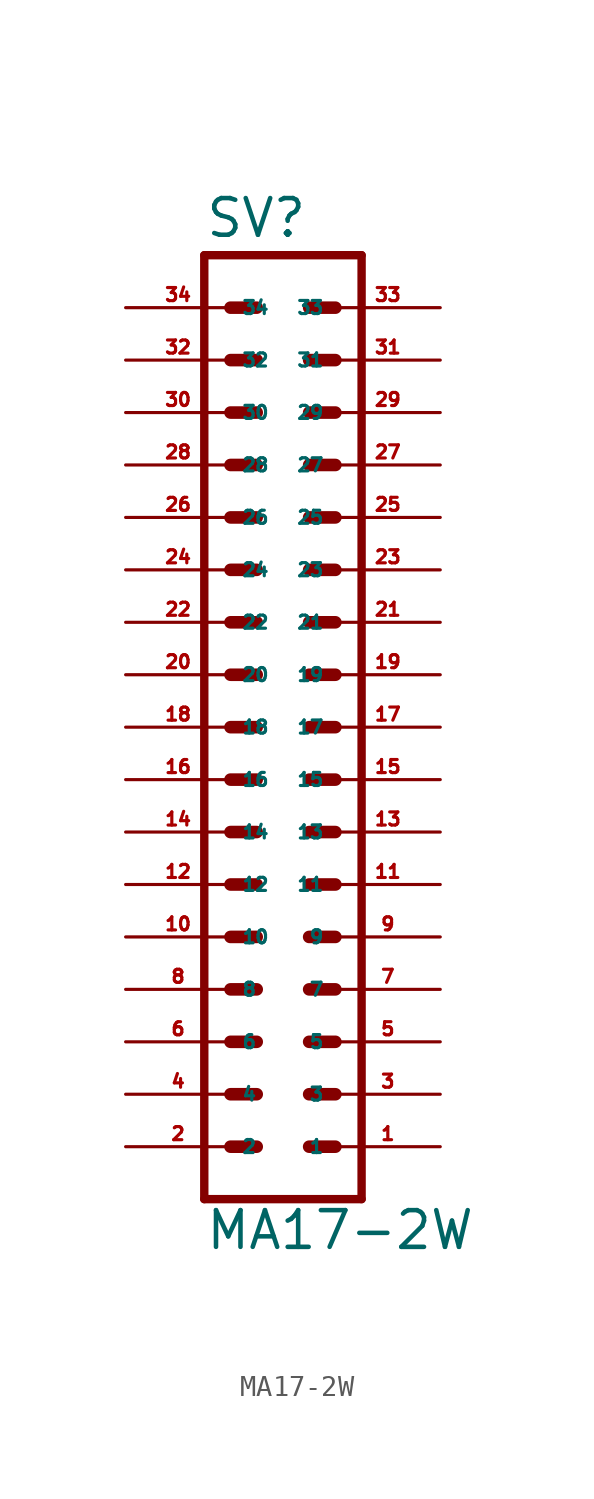
<source format=kicad_sym>
(kicad_symbol_lib
  (version 20220914)
  (generator Eagle2Kicad)
  (symbol "MA17-2W"
    (property "Reference" "SV"
      (at -3.81 23.622 0)
      (effects (font (size 1.778 1.778) (thickness 0.22)) (justify left bottom)))
    (property "Value" "MA17-2W"
      (at -3.81 -25.4 0)
      (effects (font (size 1.778 1.778) (thickness 0.22)) (justify left bottom)))
    (polyline
      (pts (xy 3.81 -22.86) (xy -3.81 -22.86))
      (stroke (width 0.406) (type default))
      (fill (type none)))
    (polyline
      (pts (xy 1.27 -15.24) (xy 2.54 -15.24))
      (stroke (width 0.61) (type default))
      (fill (type none)))
    (polyline
      (pts (xy 1.27 -17.78) (xy 2.54 -17.78))
      (stroke (width 0.61) (type default))
      (fill (type none)))
    (polyline
      (pts (xy 1.27 -20.32) (xy 2.54 -20.32))
      (stroke (width 0.61) (type default))
      (fill (type none)))
    (polyline
      (pts (xy -2.54 -15.24) (xy -1.27 -15.24))
      (stroke (width 0.61) (type default))
      (fill (type none)))
    (polyline
      (pts (xy -2.54 -17.78) (xy -1.27 -17.78))
      (stroke (width 0.61) (type default))
      (fill (type none)))
    (polyline
      (pts (xy -2.54 -20.32) (xy -1.27 -20.32))
      (stroke (width 0.61) (type default))
      (fill (type none)))
    (polyline
      (pts (xy 1.27 -10.16) (xy 2.54 -10.16))
      (stroke (width 0.61) (type default))
      (fill (type none)))
    (polyline
      (pts (xy 1.27 -12.7) (xy 2.54 -12.7))
      (stroke (width 0.61) (type default))
      (fill (type none)))
    (polyline
      (pts (xy -2.54 -10.16) (xy -1.27 -10.16))
      (stroke (width 0.61) (type default))
      (fill (type none)))
    (polyline
      (pts (xy -2.54 -12.7) (xy -1.27 -12.7))
      (stroke (width 0.61) (type default))
      (fill (type none)))
    (polyline
      (pts (xy 1.27 -2.54) (xy 2.54 -2.54))
      (stroke (width 0.61) (type default))
      (fill (type none)))
    (polyline
      (pts (xy 1.27 -5.08) (xy 2.54 -5.08))
      (stroke (width 0.61) (type default))
      (fill (type none)))
    (polyline
      (pts (xy 1.27 -7.62) (xy 2.54 -7.62))
      (stroke (width 0.61) (type default))
      (fill (type none)))
    (polyline
      (pts (xy -2.54 -2.54) (xy -1.27 -2.54))
      (stroke (width 0.61) (type default))
      (fill (type none)))
    (polyline
      (pts (xy -2.54 -5.08) (xy -1.27 -5.08))
      (stroke (width 0.61) (type default))
      (fill (type none)))
    (polyline
      (pts (xy -2.54 -7.62) (xy -1.27 -7.62))
      (stroke (width 0.61) (type default))
      (fill (type none)))
    (polyline
      (pts (xy 1.27 2.54) (xy 2.54 2.54))
      (stroke (width 0.61) (type default))
      (fill (type none)))
    (polyline
      (pts (xy 1.27 0) (xy 2.54 0))
      (stroke (width 0.61) (type default))
      (fill (type none)))
    (polyline
      (pts (xy -2.54 2.54) (xy -1.27 2.54))
      (stroke (width 0.61) (type default))
      (fill (type none)))
    (polyline
      (pts (xy -2.54 0) (xy -1.27 0))
      (stroke (width 0.61) (type default))
      (fill (type none)))
    (polyline
      (pts (xy 1.27 10.16) (xy 2.54 10.16))
      (stroke (width 0.61) (type default))
      (fill (type none)))
    (polyline
      (pts (xy 1.27 7.62) (xy 2.54 7.62))
      (stroke (width 0.61) (type default))
      (fill (type none)))
    (polyline
      (pts (xy 1.27 5.08) (xy 2.54 5.08))
      (stroke (width 0.61) (type default))
      (fill (type none)))
    (polyline
      (pts (xy -2.54 10.16) (xy -1.27 10.16))
      (stroke (width 0.61) (type default))
      (fill (type none)))
    (polyline
      (pts (xy -2.54 7.62) (xy -1.27 7.62))
      (stroke (width 0.61) (type default))
      (fill (type none)))
    (polyline
      (pts (xy -2.54 5.08) (xy -1.27 5.08))
      (stroke (width 0.61) (type default))
      (fill (type none)))
    (polyline
      (pts (xy 1.27 15.24) (xy 2.54 15.24))
      (stroke (width 0.61) (type default))
      (fill (type none)))
    (polyline
      (pts (xy 1.27 12.7) (xy 2.54 12.7))
      (stroke (width 0.61) (type default))
      (fill (type none)))
    (polyline
      (pts (xy -2.54 15.24) (xy -1.27 15.24))
      (stroke (width 0.61) (type default))
      (fill (type none)))
    (polyline
      (pts (xy -2.54 12.7) (xy -1.27 12.7))
      (stroke (width 0.61) (type default))
      (fill (type none)))
    (polyline
      (pts (xy 1.27 20.32) (xy 2.54 20.32))
      (stroke (width 0.61) (type default))
      (fill (type none)))
    (polyline
      (pts (xy 1.27 17.78) (xy 2.54 17.78))
      (stroke (width 0.61) (type default))
      (fill (type none)))
    (polyline
      (pts (xy -2.54 20.32) (xy -1.27 20.32))
      (stroke (width 0.61) (type default))
      (fill (type none)))
    (polyline
      (pts (xy -2.54 17.78) (xy -1.27 17.78))
      (stroke (width 0.61) (type default))
      (fill (type none)))
    (polyline
      (pts (xy -3.81 22.86) (xy -3.81 -22.86))
      (stroke (width 0.406) (type default))
      (fill (type none)))
    (polyline
      (pts (xy 3.81 -22.86) (xy 3.81 22.86))
      (stroke (width 0.406) (type default))
      (fill (type none)))
    (polyline
      (pts (xy -3.81 22.86) (xy 3.81 22.86))
      (stroke (width 0.406) (type default))
      (fill (type none)))
    (pin passive line
      (at 7.62 -20.32 180)
      (length 5.08)
      (name "1" (effects (font (size 0.635 0.635) (thickness 0.08)) (justify left bottom)))
      (number "1" (effects (font (size 0.635 0.635) (thickness 0.08)) (justify left bottom))))
    (pin passive line
      (at 7.62 -17.78 180)
      (length 5.08)
      (name "3" (effects (font (size 0.635 0.635) (thickness 0.08)) (justify left bottom)))
      (number "3" (effects (font (size 0.635 0.635) (thickness 0.08)) (justify left bottom))))
    (pin passive line
      (at 7.62 -15.24 180)
      (length 5.08)
      (name "5" (effects (font (size 0.635 0.635) (thickness 0.08)) (justify left bottom)))
      (number "5" (effects (font (size 0.635 0.635) (thickness 0.08)) (justify left bottom))))
    (pin passive line
      (at -7.62 -20.32 0)
      (length 5.08)
      (name "2" (effects (font (size 0.635 0.635) (thickness 0.08)) (justify left bottom)))
      (number "2" (effects (font (size 0.635 0.635) (thickness 0.08)) (justify left bottom))))
    (pin passive line
      (at -7.62 -17.78 0)
      (length 5.08)
      (name "4" (effects (font (size 0.635 0.635) (thickness 0.08)) (justify left bottom)))
      (number "4" (effects (font (size 0.635 0.635) (thickness 0.08)) (justify left bottom))))
    (pin passive line
      (at -7.62 -15.24 0)
      (length 5.08)
      (name "6" (effects (font (size 0.635 0.635) (thickness 0.08)) (justify left bottom)))
      (number "6" (effects (font (size 0.635 0.635) (thickness 0.08)) (justify left bottom))))
    (pin passive line
      (at 7.62 -12.7 180)
      (length 5.08)
      (name "7" (effects (font (size 0.635 0.635) (thickness 0.08)) (justify left bottom)))
      (number "7" (effects (font (size 0.635 0.635) (thickness 0.08)) (justify left bottom))))
    (pin passive line
      (at 7.62 -10.16 180)
      (length 5.08)
      (name "9" (effects (font (size 0.635 0.635) (thickness 0.08)) (justify left bottom)))
      (number "9" (effects (font (size 0.635 0.635) (thickness 0.08)) (justify left bottom))))
    (pin passive line
      (at -7.62 -12.7 0)
      (length 5.08)
      (name "8" (effects (font (size 0.635 0.635) (thickness 0.08)) (justify left bottom)))
      (number "8" (effects (font (size 0.635 0.635) (thickness 0.08)) (justify left bottom))))
    (pin passive line
      (at -7.62 -10.16 0)
      (length 5.08)
      (name "10" (effects (font (size 0.635 0.635) (thickness 0.08)) (justify left bottom)))
      (number "10" (effects (font (size 0.635 0.635) (thickness 0.08)) (justify left bottom))))
    (pin passive line
      (at 7.62 -7.62 180)
      (length 5.08)
      (name "11" (effects (font (size 0.635 0.635) (thickness 0.08)) (justify left bottom)))
      (number "11" (effects (font (size 0.635 0.635) (thickness 0.08)) (justify left bottom))))
    (pin passive line
      (at 7.62 -5.08 180)
      (length 5.08)
      (name "13" (effects (font (size 0.635 0.635) (thickness 0.08)) (justify left bottom)))
      (number "13" (effects (font (size 0.635 0.635) (thickness 0.08)) (justify left bottom))))
    (pin passive line
      (at 7.62 -2.54 180)
      (length 5.08)
      (name "15" (effects (font (size 0.635 0.635) (thickness 0.08)) (justify left bottom)))
      (number "15" (effects (font (size 0.635 0.635) (thickness 0.08)) (justify left bottom))))
    (pin passive line
      (at -7.62 -7.62 0)
      (length 5.08)
      (name "12" (effects (font (size 0.635 0.635) (thickness 0.08)) (justify left bottom)))
      (number "12" (effects (font (size 0.635 0.635) (thickness 0.08)) (justify left bottom))))
    (pin passive line
      (at -7.62 -5.08 0)
      (length 5.08)
      (name "14" (effects (font (size 0.635 0.635) (thickness 0.08)) (justify left bottom)))
      (number "14" (effects (font (size 0.635 0.635) (thickness 0.08)) (justify left bottom))))
    (pin passive line
      (at -7.62 -2.54 0)
      (length 5.08)
      (name "16" (effects (font (size 0.635 0.635) (thickness 0.08)) (justify left bottom)))
      (number "16" (effects (font (size 0.635 0.635) (thickness 0.08)) (justify left bottom))))
    (pin passive line
      (at 7.62 0 180)
      (length 5.08)
      (name "17" (effects (font (size 0.635 0.635) (thickness 0.08)) (justify left bottom)))
      (number "17" (effects (font (size 0.635 0.635) (thickness 0.08)) (justify left bottom))))
    (pin passive line
      (at 7.62 2.54 180)
      (length 5.08)
      (name "19" (effects (font (size 0.635 0.635) (thickness 0.08)) (justify left bottom)))
      (number "19" (effects (font (size 0.635 0.635) (thickness 0.08)) (justify left bottom))))
    (pin passive line
      (at -7.62 0 0)
      (length 5.08)
      (name "18" (effects (font (size 0.635 0.635) (thickness 0.08)) (justify left bottom)))
      (number "18" (effects (font (size 0.635 0.635) (thickness 0.08)) (justify left bottom))))
    (pin passive line
      (at -7.62 2.54 0)
      (length 5.08)
      (name "20" (effects (font (size 0.635 0.635) (thickness 0.08)) (justify left bottom)))
      (number "20" (effects (font (size 0.635 0.635) (thickness 0.08)) (justify left bottom))))
    (pin passive line
      (at 7.62 5.08 180)
      (length 5.08)
      (name "21" (effects (font (size 0.635 0.635) (thickness 0.08)) (justify left bottom)))
      (number "21" (effects (font (size 0.635 0.635) (thickness 0.08)) (justify left bottom))))
    (pin passive line
      (at 7.62 7.62 180)
      (length 5.08)
      (name "23" (effects (font (size 0.635 0.635) (thickness 0.08)) (justify left bottom)))
      (number "23" (effects (font (size 0.635 0.635) (thickness 0.08)) (justify left bottom))))
    (pin passive line
      (at 7.62 10.16 180)
      (length 5.08)
      (name "25" (effects (font (size 0.635 0.635) (thickness 0.08)) (justify left bottom)))
      (number "25" (effects (font (size 0.635 0.635) (thickness 0.08)) (justify left bottom))))
    (pin passive line
      (at -7.62 5.08 0)
      (length 5.08)
      (name "22" (effects (font (size 0.635 0.635) (thickness 0.08)) (justify left bottom)))
      (number "22" (effects (font (size 0.635 0.635) (thickness 0.08)) (justify left bottom))))
    (pin passive line
      (at -7.62 7.62 0)
      (length 5.08)
      (name "24" (effects (font (size 0.635 0.635) (thickness 0.08)) (justify left bottom)))
      (number "24" (effects (font (size 0.635 0.635) (thickness 0.08)) (justify left bottom))))
    (pin passive line
      (at -7.62 10.16 0)
      (length 5.08)
      (name "26" (effects (font (size 0.635 0.635) (thickness 0.08)) (justify left bottom)))
      (number "26" (effects (font (size 0.635 0.635) (thickness 0.08)) (justify left bottom))))
    (pin passive line
      (at 7.62 12.7 180)
      (length 5.08)
      (name "27" (effects (font (size 0.635 0.635) (thickness 0.08)) (justify left bottom)))
      (number "27" (effects (font (size 0.635 0.635) (thickness 0.08)) (justify left bottom))))
    (pin passive line
      (at 7.62 15.24 180)
      (length 5.08)
      (name "29" (effects (font (size 0.635 0.635) (thickness 0.08)) (justify left bottom)))
      (number "29" (effects (font (size 0.635 0.635) (thickness 0.08)) (justify left bottom))))
    (pin passive line
      (at -7.62 12.7 0)
      (length 5.08)
      (name "28" (effects (font (size 0.635 0.635) (thickness 0.08)) (justify left bottom)))
      (number "28" (effects (font (size 0.635 0.635) (thickness 0.08)) (justify left bottom))))
    (pin passive line
      (at -7.62 15.24 0)
      (length 5.08)
      (name "30" (effects (font (size 0.635 0.635) (thickness 0.08)) (justify left bottom)))
      (number "30" (effects (font (size 0.635 0.635) (thickness 0.08)) (justify left bottom))))
    (pin passive line
      (at 7.62 17.78 180)
      (length 5.08)
      (name "31" (effects (font (size 0.635 0.635) (thickness 0.08)) (justify left bottom)))
      (number "31" (effects (font (size 0.635 0.635) (thickness 0.08)) (justify left bottom))))
    (pin passive line
      (at 7.62 20.32 180)
      (length 5.08)
      (name "33" (effects (font (size 0.635 0.635) (thickness 0.08)) (justify left bottom)))
      (number "33" (effects (font (size 0.635 0.635) (thickness 0.08)) (justify left bottom))))
    (pin passive line
      (at -7.62 17.78 0)
      (length 5.08)
      (name "32" (effects (font (size 0.635 0.635) (thickness 0.08)) (justify left bottom)))
      (number "32" (effects (font (size 0.635 0.635) (thickness 0.08)) (justify left bottom))))
    (pin passive line
      (at -7.62 20.32 0)
      (length 5.08)
      (name "34" (effects (font (size 0.635 0.635) (thickness 0.08)) (justify left bottom)))
      (number "34" (effects (font (size 0.635 0.635) (thickness 0.08)) (justify left bottom))))))
</source>
